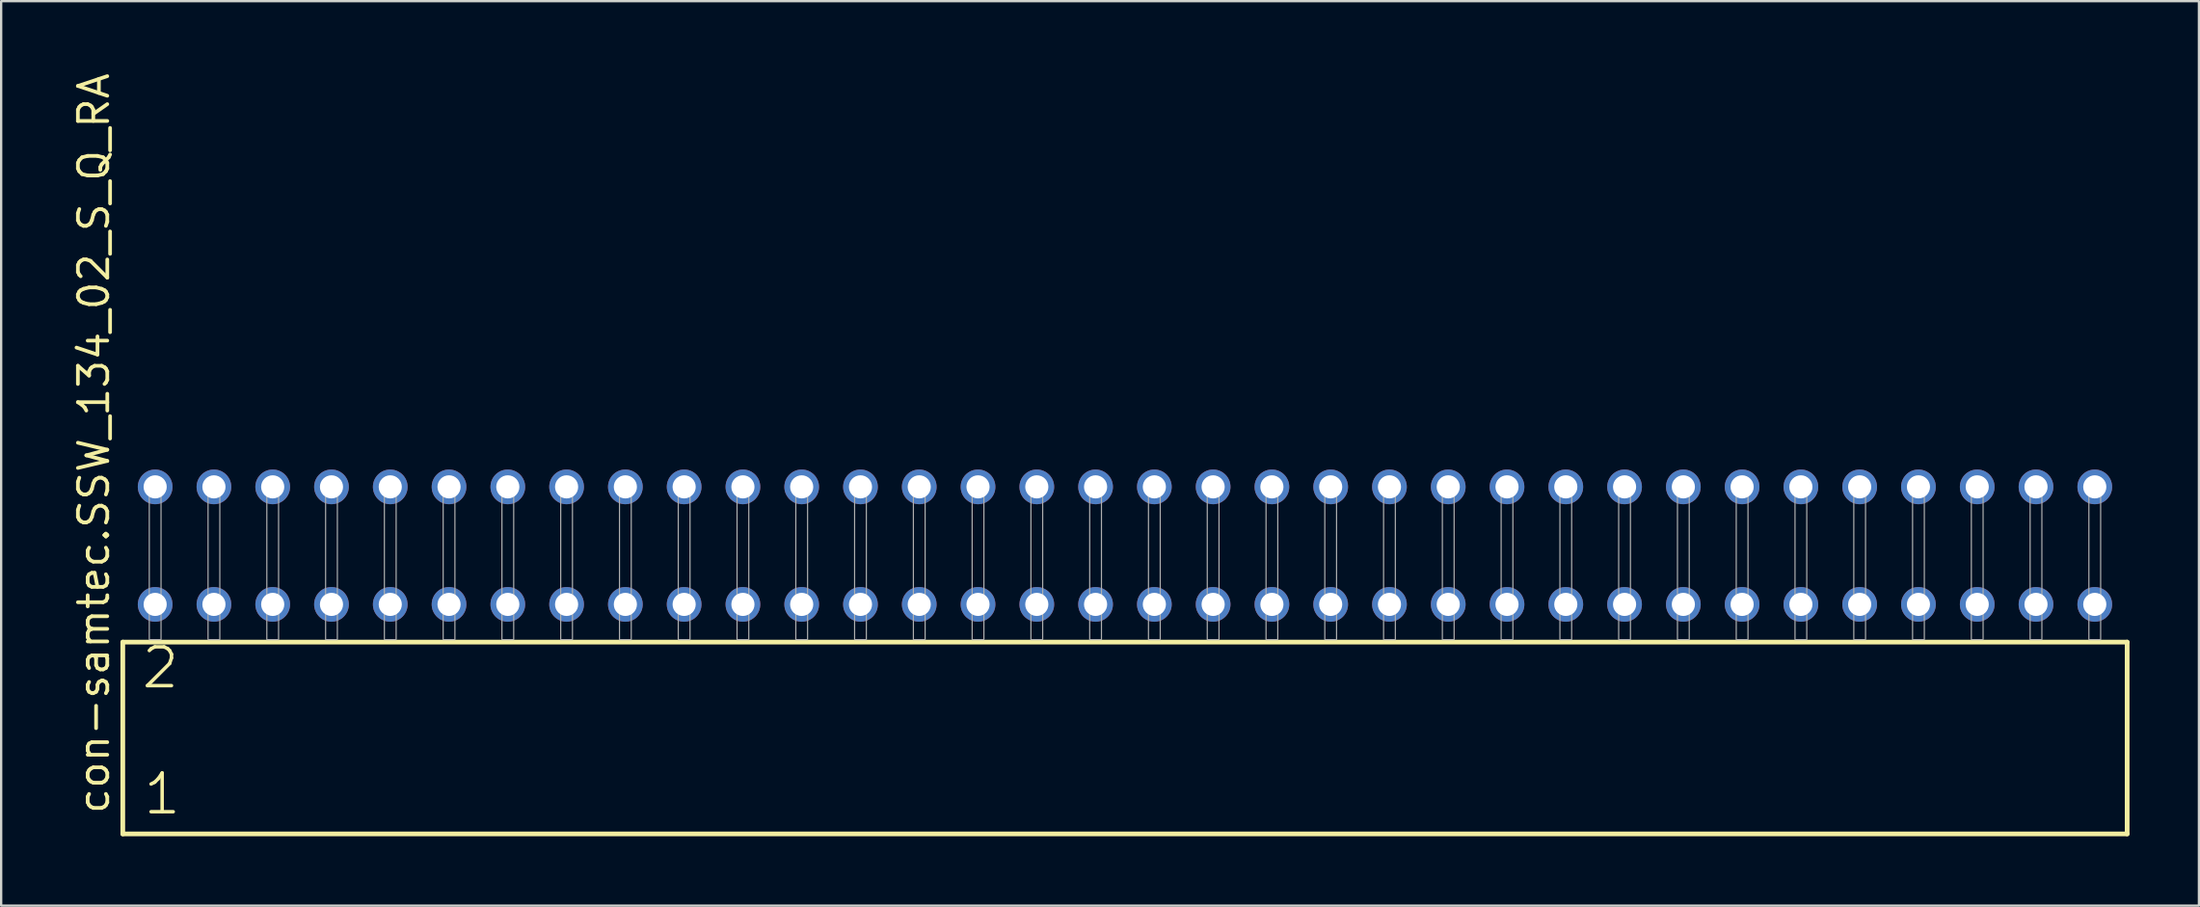
<source format=kicad_pcb>
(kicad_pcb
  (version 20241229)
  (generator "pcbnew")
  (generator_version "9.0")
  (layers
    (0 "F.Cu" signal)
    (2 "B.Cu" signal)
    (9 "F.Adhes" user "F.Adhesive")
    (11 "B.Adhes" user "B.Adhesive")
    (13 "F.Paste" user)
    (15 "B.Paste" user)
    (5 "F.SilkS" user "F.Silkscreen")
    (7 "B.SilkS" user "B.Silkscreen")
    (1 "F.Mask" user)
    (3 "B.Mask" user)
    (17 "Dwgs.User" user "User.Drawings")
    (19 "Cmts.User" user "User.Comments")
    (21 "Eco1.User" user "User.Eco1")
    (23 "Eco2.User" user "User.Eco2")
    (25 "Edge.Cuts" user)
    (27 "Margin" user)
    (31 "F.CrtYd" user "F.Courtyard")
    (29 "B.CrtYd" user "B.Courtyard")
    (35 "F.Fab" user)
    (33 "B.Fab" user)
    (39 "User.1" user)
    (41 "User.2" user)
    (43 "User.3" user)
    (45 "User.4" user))
  (footprint "con-samtec.SSW_134_02_S_Q_RA"
    (layer "F.Cu")
    (at 45.565 24.598)
    (property "Reference" "con-samtec.SSW_134_02_S_Q_RA" (at -43.815 7.62 90) (layer "F.SilkS") (effects (font (size 1.27 1.27) (thickness 0.16)) (justify left bottom)))
    (attr through_hole)
    (fp_line (start -43.309 0.106) (end -43.309 8.396) (stroke (width 0.203) (type default)) (layer "F.SilkS"))
    (fp_line (start -43.309 8.396) (end 43.309 8.396) (stroke (width 0.203) (type default)) (layer "F.SilkS"))
    (fp_line (start 43.309 0.106) (end -43.309 0.106) (stroke (width 0.203) (type default)) (layer "F.SilkS"))
    (fp_line (start 43.309 8.396) (end 43.309 0.106) (stroke (width 0.203) (type default)) (layer "F.SilkS"))
    (fp_rect (start -42.164 0) (end -41.656 -6.858) (stroke (width 0.05) (type default)) (fill no) (layer "F.Fab"))
    (fp_rect (start -39.624 0) (end -39.116 -6.858) (stroke (width 0.05) (type default)) (fill no) (layer "F.Fab"))
    (fp_rect (start -37.084 0) (end -36.576 -6.858) (stroke (width 0.05) (type default)) (fill no) (layer "F.Fab"))
    (fp_rect (start -34.544 0) (end -34.036 -6.858) (stroke (width 0.05) (type default)) (fill no) (layer "F.Fab"))
    (fp_rect (start -32.004 0) (end -31.496 -6.858) (stroke (width 0.05) (type default)) (fill no) (layer "F.Fab"))
    (fp_rect (start -29.464 0) (end -28.956 -6.858) (stroke (width 0.05) (type default)) (fill no) (layer "F.Fab"))
    (fp_rect (start -26.924 0) (end -26.416 -6.858) (stroke (width 0.05) (type default)) (fill no) (layer "F.Fab"))
    (fp_rect (start -24.384 0) (end -23.876 -6.858) (stroke (width 0.05) (type default)) (fill no) (layer "F.Fab"))
    (fp_rect (start -21.844 0) (end -21.336 -6.858) (stroke (width 0.05) (type default)) (fill no) (layer "F.Fab"))
    (fp_rect (start -19.304 0) (end -18.796 -6.858) (stroke (width 0.05) (type default)) (fill no) (layer "F.Fab"))
    (fp_rect (start -16.764 0) (end -16.256 -6.858) (stroke (width 0.05) (type default)) (fill no) (layer "F.Fab"))
    (fp_rect (start -14.224 0) (end -13.716 -6.858) (stroke (width 0.05) (type default)) (fill no) (layer "F.Fab"))
    (fp_rect (start -11.684 0) (end -11.176 -6.858) (stroke (width 0.05) (type default)) (fill no) (layer "F.Fab"))
    (fp_rect (start -9.144 0) (end -8.636 -6.858) (stroke (width 0.05) (type default)) (fill no) (layer "F.Fab"))
    (fp_rect (start -6.604 0) (end -6.096 -6.858) (stroke (width 0.05) (type default)) (fill no) (layer "F.Fab"))
    (fp_rect (start -4.064 0) (end -3.556 -6.858) (stroke (width 0.05) (type default)) (fill no) (layer "F.Fab"))
    (fp_rect (start -1.524 0) (end -1.016 -6.858) (stroke (width 0.05) (type default)) (fill no) (layer "F.Fab"))
    (fp_rect (start 1.016 0) (end 1.524 -6.858) (stroke (width 0.05) (type default)) (fill no) (layer "F.Fab"))
    (fp_rect (start 3.556 0) (end 4.064 -6.858) (stroke (width 0.05) (type default)) (fill no) (layer "F.Fab"))
    (fp_rect (start 6.096 0) (end 6.604 -6.858) (stroke (width 0.05) (type default)) (fill no) (layer "F.Fab"))
    (fp_rect (start 8.636 0) (end 9.144 -6.858) (stroke (width 0.05) (type default)) (fill no) (layer "F.Fab"))
    (fp_rect (start 11.176 0) (end 11.684 -6.858) (stroke (width 0.05) (type default)) (fill no) (layer "F.Fab"))
    (fp_rect (start 13.716 0) (end 14.224 -6.858) (stroke (width 0.05) (type default)) (fill no) (layer "F.Fab"))
    (fp_rect (start 16.256 0) (end 16.764 -6.858) (stroke (width 0.05) (type default)) (fill no) (layer "F.Fab"))
    (fp_rect (start 18.796 0) (end 19.304 -6.858) (stroke (width 0.05) (type default)) (fill no) (layer "F.Fab"))
    (fp_rect (start 21.336 0) (end 21.844 -6.858) (stroke (width 0.05) (type default)) (fill no) (layer "F.Fab"))
    (fp_rect (start 23.876 0) (end 24.384 -6.858) (stroke (width 0.05) (type default)) (fill no) (layer "F.Fab"))
    (fp_rect (start 26.416 0) (end 26.924 -6.858) (stroke (width 0.05) (type default)) (fill no) (layer "F.Fab"))
    (fp_rect (start 28.956 0) (end 29.464 -6.858) (stroke (width 0.05) (type default)) (fill no) (layer "F.Fab"))
    (fp_rect (start 31.496 0) (end 32.004 -6.858) (stroke (width 0.05) (type default)) (fill no) (layer "F.Fab"))
    (fp_rect (start 34.036 0) (end 34.544 -6.858) (stroke (width 0.05) (type default)) (fill no) (layer "F.Fab"))
    (fp_rect (start 36.576 0) (end 37.084 -6.858) (stroke (width 0.05) (type default)) (fill no) (layer "F.Fab"))
    (fp_rect (start 39.116 0) (end 39.624 -6.858) (stroke (width 0.05) (type default)) (fill no) (layer "F.Fab"))
    (fp_rect (start 41.656 0) (end 42.164 -6.858) (stroke (width 0.05) (type default)) (fill no) (layer "F.Fab"))
    (fp_text user "2" (at -42.58 2.2 0) (layer "F.SilkS") (effects (font (size 1.676 1.676) (thickness 0.15)) (justify left bottom)))
    (fp_text user "1" (at -42.505 7.65 0) (layer "F.SilkS") (effects (font (size 1.676 1.676) (thickness 0.15)) (justify left bottom)))
    (pad "1" thru_hole circle (at -41.91 -1.524) (size 1.5 1.5) (drill 1) (layers "*.Cu" "*.Mask"))
    (pad "2" thru_hole circle (at -41.91 -6.604) (size 1.5 1.5) (drill 1) (layers "*.Cu" "*.Mask"))
    (pad "3" thru_hole circle (at -39.37 -1.524) (size 1.5 1.5) (drill 1) (layers "*.Cu" "*.Mask"))
    (pad "4" thru_hole circle (at -39.37 -6.604) (size 1.5 1.5) (drill 1) (layers "*.Cu" "*.Mask"))
    (pad "5" thru_hole circle (at -36.83 -1.524) (size 1.5 1.5) (drill 1) (layers "*.Cu" "*.Mask"))
    (pad "6" thru_hole circle (at -36.83 -6.604) (size 1.5 1.5) (drill 1) (layers "*.Cu" "*.Mask"))
    (pad "7" thru_hole circle (at -34.29 -1.524) (size 1.5 1.5) (drill 1) (layers "*.Cu" "*.Mask"))
    (pad "8" thru_hole circle (at -34.29 -6.604) (size 1.5 1.5) (drill 1) (layers "*.Cu" "*.Mask"))
    (pad "9" thru_hole circle (at -31.75 -1.524) (size 1.5 1.5) (drill 1) (layers "*.Cu" "*.Mask"))
    (pad "10" thru_hole circle (at -31.75 -6.604) (size 1.5 1.5) (drill 1) (layers "*.Cu" "*.Mask"))
    (pad "11" thru_hole circle (at -29.21 -1.524) (size 1.5 1.5) (drill 1) (layers "*.Cu" "*.Mask"))
    (pad "12" thru_hole circle (at -29.21 -6.604) (size 1.5 1.5) (drill 1) (layers "*.Cu" "*.Mask"))
    (pad "13" thru_hole circle (at -26.67 -1.524) (size 1.5 1.5) (drill 1) (layers "*.Cu" "*.Mask"))
    (pad "14" thru_hole circle (at -26.67 -6.604) (size 1.5 1.5) (drill 1) (layers "*.Cu" "*.Mask"))
    (pad "15" thru_hole circle (at -24.13 -1.524) (size 1.5 1.5) (drill 1) (layers "*.Cu" "*.Mask"))
    (pad "16" thru_hole circle (at -24.13 -6.604) (size 1.5 1.5) (drill 1) (layers "*.Cu" "*.Mask"))
    (pad "17" thru_hole circle (at -21.59 -1.524) (size 1.5 1.5) (drill 1) (layers "*.Cu" "*.Mask"))
    (pad "18" thru_hole circle (at -21.59 -6.604) (size 1.5 1.5) (drill 1) (layers "*.Cu" "*.Mask"))
    (pad "19" thru_hole circle (at -19.05 -1.524) (size 1.5 1.5) (drill 1) (layers "*.Cu" "*.Mask"))
    (pad "20" thru_hole circle (at -19.05 -6.604) (size 1.5 1.5) (drill 1) (layers "*.Cu" "*.Mask"))
    (pad "21" thru_hole circle (at -16.51 -1.524) (size 1.5 1.5) (drill 1) (layers "*.Cu" "*.Mask"))
    (pad "22" thru_hole circle (at -16.51 -6.604) (size 1.5 1.5) (drill 1) (layers "*.Cu" "*.Mask"))
    (pad "23" thru_hole circle (at -13.97 -1.524) (size 1.5 1.5) (drill 1) (layers "*.Cu" "*.Mask"))
    (pad "24" thru_hole circle (at -13.97 -6.604) (size 1.5 1.5) (drill 1) (layers "*.Cu" "*.Mask"))
    (pad "25" thru_hole circle (at -11.43 -1.524) (size 1.5 1.5) (drill 1) (layers "*.Cu" "*.Mask"))
    (pad "26" thru_hole circle (at -11.43 -6.604) (size 1.5 1.5) (drill 1) (layers "*.Cu" "*.Mask"))
    (pad "27" thru_hole circle (at -8.89 -1.524) (size 1.5 1.5) (drill 1) (layers "*.Cu" "*.Mask"))
    (pad "28" thru_hole circle (at -8.89 -6.604) (size 1.5 1.5) (drill 1) (layers "*.Cu" "*.Mask"))
    (pad "29" thru_hole circle (at -6.35 -1.524) (size 1.5 1.5) (drill 1) (layers "*.Cu" "*.Mask"))
    (pad "30" thru_hole circle (at -6.35 -6.604) (size 1.5 1.5) (drill 1) (layers "*.Cu" "*.Mask"))
    (pad "31" thru_hole circle (at -3.81 -1.524) (size 1.5 1.5) (drill 1) (layers "*.Cu" "*.Mask"))
    (pad "32" thru_hole circle (at -3.81 -6.604) (size 1.5 1.5) (drill 1) (layers "*.Cu" "*.Mask"))
    (pad "33" thru_hole circle (at -1.27 -1.524) (size 1.5 1.5) (drill 1) (layers "*.Cu" "*.Mask"))
    (pad "34" thru_hole circle (at -1.27 -6.604) (size 1.5 1.5) (drill 1) (layers "*.Cu" "*.Mask"))
    (pad "35" thru_hole circle (at 1.27 -1.524) (size 1.5 1.5) (drill 1) (layers "*.Cu" "*.Mask"))
    (pad "36" thru_hole circle (at 1.27 -6.604) (size 1.5 1.5) (drill 1) (layers "*.Cu" "*.Mask"))
    (pad "37" thru_hole circle (at 3.81 -1.524) (size 1.5 1.5) (drill 1) (layers "*.Cu" "*.Mask"))
    (pad "38" thru_hole circle (at 3.81 -6.604) (size 1.5 1.5) (drill 1) (layers "*.Cu" "*.Mask"))
    (pad "39" thru_hole circle (at 6.35 -1.524) (size 1.5 1.5) (drill 1) (layers "*.Cu" "*.Mask"))
    (pad "40" thru_hole circle (at 6.35 -6.604) (size 1.5 1.5) (drill 1) (layers "*.Cu" "*.Mask"))
    (pad "41" thru_hole circle (at 8.89 -1.524) (size 1.5 1.5) (drill 1) (layers "*.Cu" "*.Mask"))
    (pad "42" thru_hole circle (at 8.89 -6.604) (size 1.5 1.5) (drill 1) (layers "*.Cu" "*.Mask"))
    (pad "43" thru_hole circle (at 11.43 -1.524) (size 1.5 1.5) (drill 1) (layers "*.Cu" "*.Mask"))
    (pad "44" thru_hole circle (at 11.43 -6.604) (size 1.5 1.5) (drill 1) (layers "*.Cu" "*.Mask"))
    (pad "45" thru_hole circle (at 13.97 -1.524) (size 1.5 1.5) (drill 1) (layers "*.Cu" "*.Mask"))
    (pad "46" thru_hole circle (at 13.97 -6.604) (size 1.5 1.5) (drill 1) (layers "*.Cu" "*.Mask"))
    (pad "47" thru_hole circle (at 16.51 -1.524) (size 1.5 1.5) (drill 1) (layers "*.Cu" "*.Mask"))
    (pad "48" thru_hole circle (at 16.51 -6.604) (size 1.5 1.5) (drill 1) (layers "*.Cu" "*.Mask"))
    (pad "49" thru_hole circle (at 19.05 -1.524) (size 1.5 1.5) (drill 1) (layers "*.Cu" "*.Mask"))
    (pad "50" thru_hole circle (at 19.05 -6.604) (size 1.5 1.5) (drill 1) (layers "*.Cu" "*.Mask"))
    (pad "51" thru_hole circle (at 21.59 -1.524) (size 1.5 1.5) (drill 1) (layers "*.Cu" "*.Mask"))
    (pad "52" thru_hole circle (at 21.59 -6.604) (size 1.5 1.5) (drill 1) (layers "*.Cu" "*.Mask"))
    (pad "53" thru_hole circle (at 24.13 -1.524) (size 1.5 1.5) (drill 1) (layers "*.Cu" "*.Mask"))
    (pad "54" thru_hole circle (at 24.13 -6.604) (size 1.5 1.5) (drill 1) (layers "*.Cu" "*.Mask"))
    (pad "55" thru_hole circle (at 26.67 -1.524) (size 1.5 1.5) (drill 1) (layers "*.Cu" "*.Mask"))
    (pad "56" thru_hole circle (at 26.67 -6.604) (size 1.5 1.5) (drill 1) (layers "*.Cu" "*.Mask"))
    (pad "57" thru_hole circle (at 29.21 -1.524) (size 1.5 1.5) (drill 1) (layers "*.Cu" "*.Mask"))
    (pad "58" thru_hole circle (at 29.21 -6.604) (size 1.5 1.5) (drill 1) (layers "*.Cu" "*.Mask"))
    (pad "59" thru_hole circle (at 31.75 -1.524) (size 1.5 1.5) (drill 1) (layers "*.Cu" "*.Mask"))
    (pad "60" thru_hole circle (at 31.75 -6.604) (size 1.5 1.5) (drill 1) (layers "*.Cu" "*.Mask"))
    (pad "61" thru_hole circle (at 34.29 -1.524) (size 1.5 1.5) (drill 1) (layers "*.Cu" "*.Mask"))
    (pad "62" thru_hole circle (at 34.29 -6.604) (size 1.5 1.5) (drill 1) (layers "*.Cu" "*.Mask"))
    (pad "63" thru_hole circle (at 36.83 -1.524) (size 1.5 1.5) (drill 1) (layers "*.Cu" "*.Mask"))
    (pad "64" thru_hole circle (at 36.83 -6.604) (size 1.5 1.5) (drill 1) (layers "*.Cu" "*.Mask"))
    (pad "65" thru_hole circle (at 39.37 -1.524) (size 1.5 1.5) (drill 1) (layers "*.Cu" "*.Mask"))
    (pad "66" thru_hole circle (at 39.37 -6.604) (size 1.5 1.5) (drill 1) (layers "*.Cu" "*.Mask"))
    (pad "67" thru_hole circle (at 41.91 -1.524) (size 1.5 1.5) (drill 1) (layers "*.Cu" "*.Mask"))
    (pad "68" thru_hole circle (at 41.91 -6.604) (size 1.5 1.5) (drill 1) (layers "*.Cu" "*.Mask")))
  (gr_rect
    (start -3 -3)
    (end 91.976 36.096)
    (stroke (width 0.1) (type default))
    (fill no)
    (layer "Edge.Cuts")))
</source>
